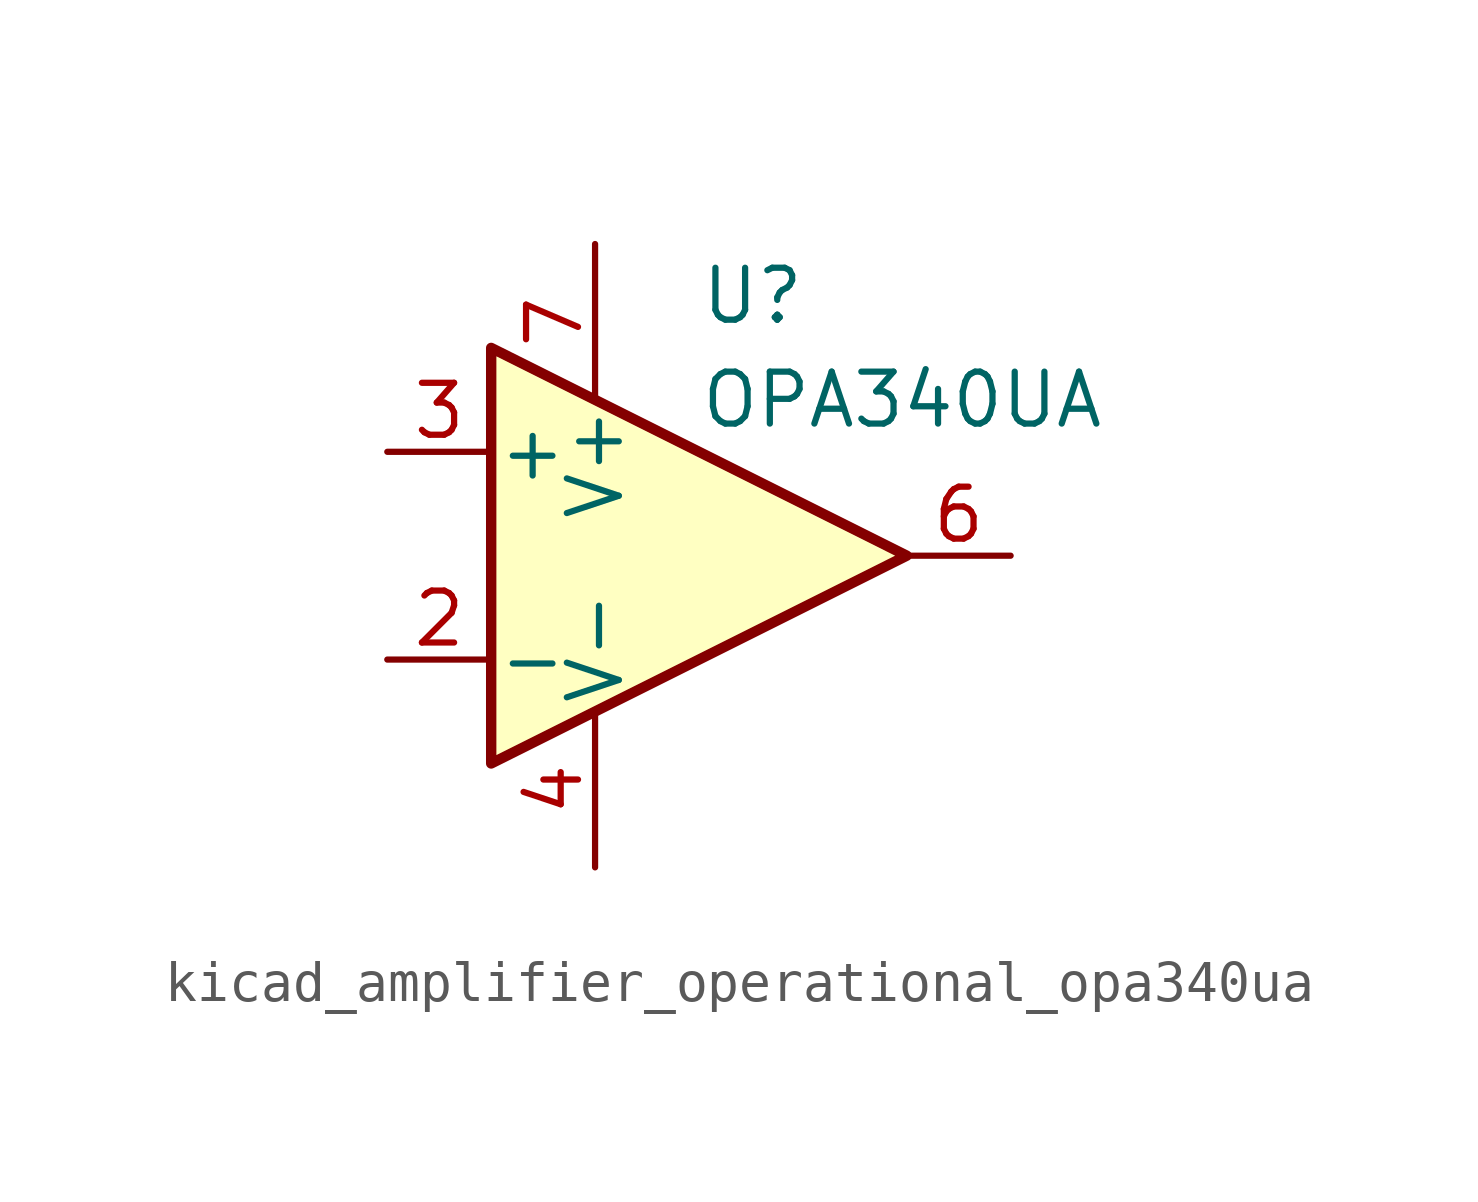
<source format=kicad_sym>
(kicad_symbol_lib
  (version 20220914)
  (generator kicad_symbol_editor)
  (symbol "kicad_amplifier_operational_opa340ua"
    (pin_names
      (offset 0.127))
    (property "Reference" "U"
      (at 0 6.35 0)
      (effects (font (size 1.27 1.27)) (justify left)))
    (property "Value" "OPA340UA"
      (at 0 3.81 0)
      (effects (font (size 1.27 1.27)) (justify left)))
    (symbol "kicad_amplifier_operational_opa340ua_0_1"
      (polyline (pts (xy -5.08 5.08) (xy 5.08 0) (xy -5.08 -5.08) (xy -5.08 5.08)) (stroke (width 0.254) (type default)) (fill (type background))))
    (symbol "kicad_amplifier_operational_opa340ua_1_1"
      (pin no_connect line (at -2.54 2.54 270) (length 2.54) hide (name "NC" (effects (font (size 1.27 1.27)))) (number "1" (effects (font (size 1.27 1.27)))))
      (pin input line (at -7.62 -2.54 0) (length 2.54) (name "-" (effects (font (size 1.27 1.27)))) (number "2" (effects (font (size 1.27 1.27)))))
      (pin input line (at -7.62 2.54 0) (length 2.54) (name "+" (effects (font (size 1.27 1.27)))) (number "3" (effects (font (size 1.27 1.27)))))
      (pin power_in line (at -2.54 -7.62 90) (length 3.81) (name "V-" (effects (font (size 1.27 1.27)))) (number "4" (effects (font (size 1.27 1.27)))))
      (pin no_connect line (at 0 2.54 270) (length 2.54) hide (name "NC" (effects (font (size 1.27 1.27)))) (number "5" (effects (font (size 1.27 1.27)))))
      (pin output line (at 7.62 0 180) (length 2.54) (name "~" (effects (font (size 1.27 1.27)))) (number "6" (effects (font (size 1.27 1.27)))))
      (pin power_in line (at -2.54 7.62 270) (length 3.81) (name "V+" (effects (font (size 1.27 1.27)))) (number "7" (effects (font (size 1.27 1.27)))))
      (pin no_connect line (at 0 -2.54 90) (length 2.54) hide (name "NC" (effects (font (size 1.27 1.27)))) (number "8" (effects (font (size 1.27 1.27))))))))
</source>
